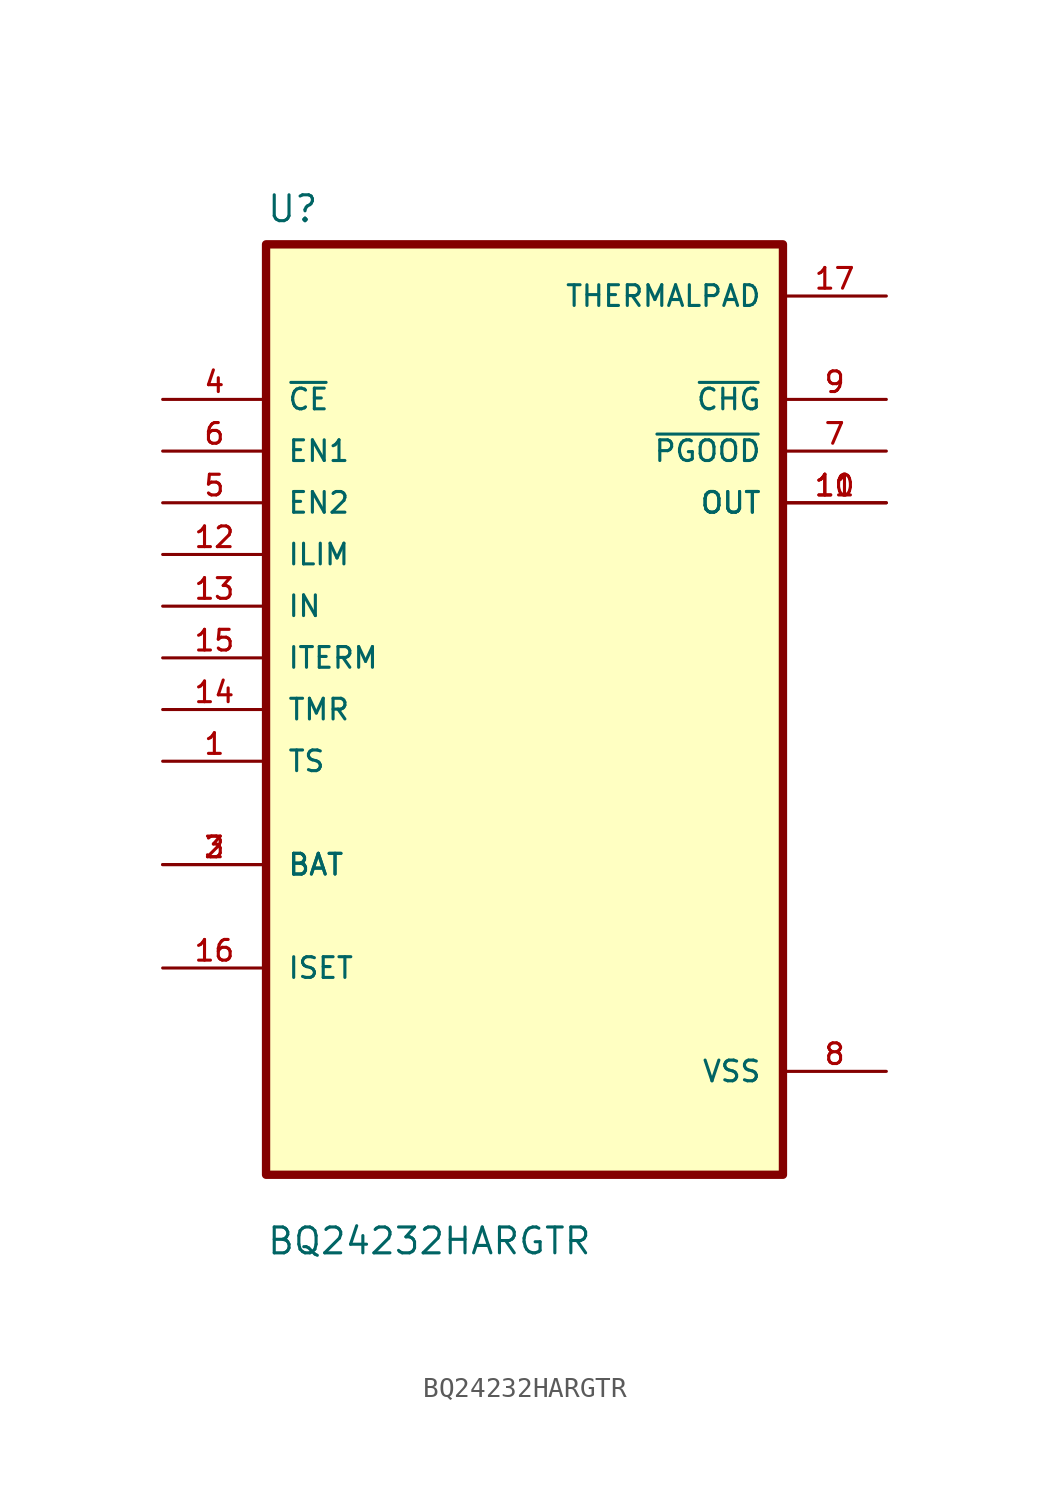
<source format=kicad_sym>
(kicad_symbol_lib
  (version 20211014)
  (generator kicad_symbol_editor)
  (symbol "BQ24232HARGTR"
    (pin_names
      (offset 1.016))
    (property "Reference" "U"
      (at -12.7 23.86 0.0)
      (effects (font (size 1.27 1.27)) (justify bottom left)))
    (property "Value" "BQ24232HARGTR"
      (at -12.7 -26.86 0.0)
      (effects (font (size 1.27 1.27)) (justify bottom left)))
    (symbol "BQ24232HARGTR_0_0"
      (rectangle (start -12.7 -22.86) (end 12.7 22.86) (stroke (width 0.41)) (fill (type background)))
      (pin input line (at -17.78 15.24 0) (length 5.08) (name "~{CE}" (effects (font (size 1.016 1.016)))) (number "4" (effects (font (size 1.016 1.016)))))
      (pin input line (at -17.78 12.7 0) (length 5.08) (name "EN1" (effects (font (size 1.016 1.016)))) (number "6" (effects (font (size 1.016 1.016)))))
      (pin input line (at -17.78 10.16 0) (length 5.08) (name "EN2" (effects (font (size 1.016 1.016)))) (number "5" (effects (font (size 1.016 1.016)))))
      (pin input line (at -17.78 7.62 0) (length 5.08) (name "ILIM" (effects (font (size 1.016 1.016)))) (number "12" (effects (font (size 1.016 1.016)))))
      (pin input line (at -17.78 5.08 0) (length 5.08) (name "IN" (effects (font (size 1.016 1.016)))) (number "13" (effects (font (size 1.016 1.016)))))
      (pin input line (at -17.78 2.54 0) (length 5.08) (name "ITERM" (effects (font (size 1.016 1.016)))) (number "15" (effects (font (size 1.016 1.016)))))
      (pin input line (at -17.78 3.55271e-15 0) (length 5.08) (name "TMR" (effects (font (size 1.016 1.016)))) (number "14" (effects (font (size 1.016 1.016)))))
      (pin input line (at -17.78 -2.54 0) (length 5.08) (name "TS" (effects (font (size 1.016 1.016)))) (number "1" (effects (font (size 1.016 1.016)))))
      (pin bidirectional line (at -17.78 -7.62 0) (length 5.08) (name "BAT" (effects (font (size 1.016 1.016)))) (number "2" (effects (font (size 1.016 1.016)))))
      (pin bidirectional line (at -17.78 -7.62 0) (length 5.08) (name "BAT" (effects (font (size 1.016 1.016)))) (number "3" (effects (font (size 1.016 1.016)))))
      (pin bidirectional line (at -17.78 -12.7 0) (length 5.08) (name "ISET" (effects (font (size 1.016 1.016)))) (number "16" (effects (font (size 1.016 1.016)))))
      (pin power_in line (at 17.78 20.32 180.0) (length 5.08) (name "THERMALPAD" (effects (font (size 1.016 1.016)))) (number "17" (effects (font (size 1.016 1.016)))))
      (pin output line (at 17.78 15.24 180.0) (length 5.08) (name "~{CHG}" (effects (font (size 1.016 1.016)))) (number "9" (effects (font (size 1.016 1.016)))))
      (pin output line (at 17.78 12.7 180.0) (length 5.08) (name "~{PGOOD}" (effects (font (size 1.016 1.016)))) (number "7" (effects (font (size 1.016 1.016)))))
      (pin output line (at 17.78 10.16 180.0) (length 5.08) (name "OUT" (effects (font (size 1.016 1.016)))) (number "10" (effects (font (size 1.016 1.016)))))
      (pin output line (at 17.78 10.16 180.0) (length 5.08) (name "OUT" (effects (font (size 1.016 1.016)))) (number "11" (effects (font (size 1.016 1.016)))))
      (pin power_in line (at 17.78 -17.78 180.0) (length 5.08) (name "VSS" (effects (font (size 1.016 1.016)))) (number "8" (effects (font (size 1.016 1.016))))))))
</source>
